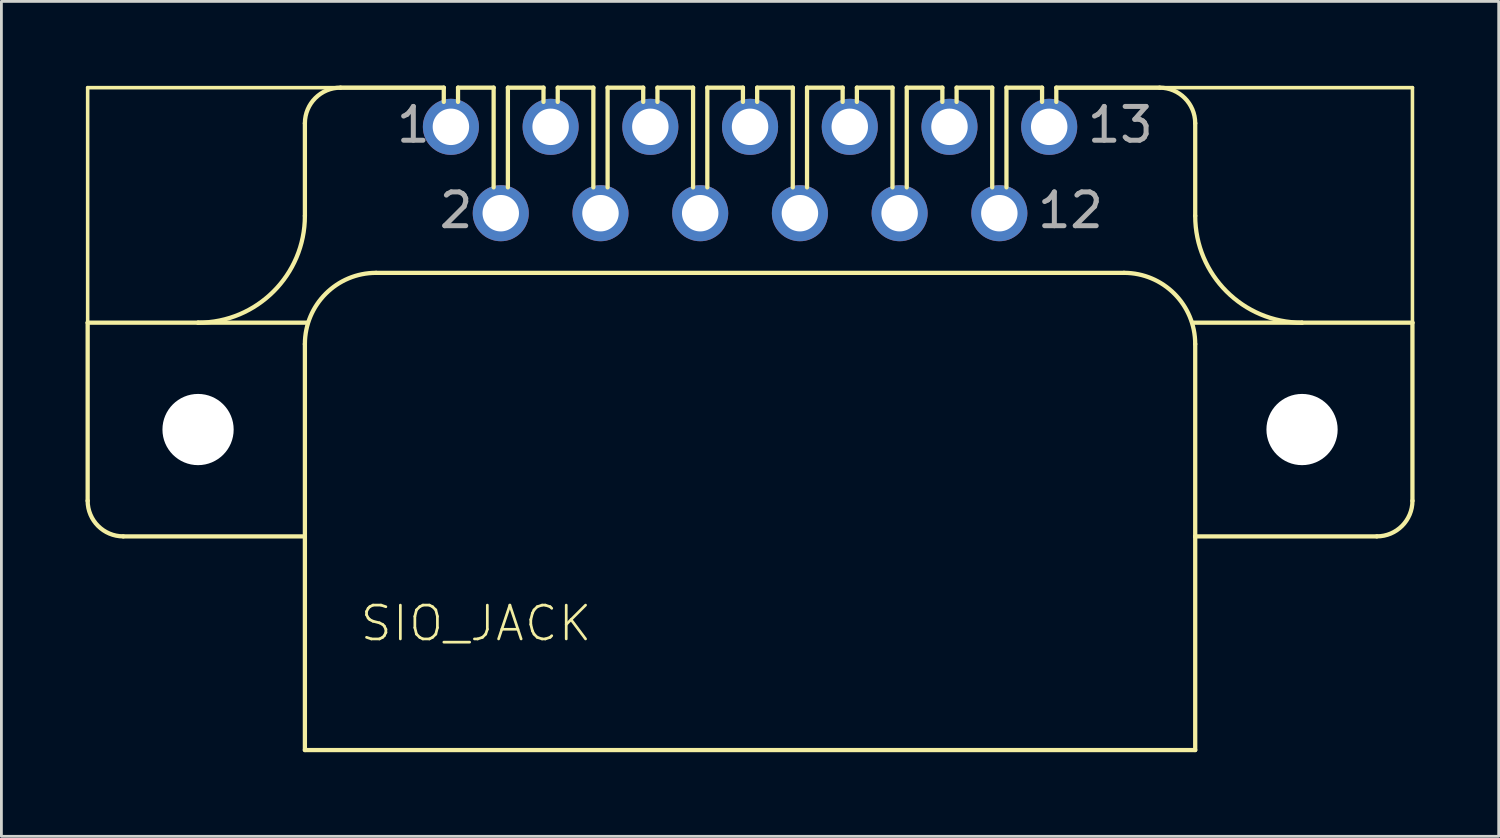
<source format=kicad_pcb>
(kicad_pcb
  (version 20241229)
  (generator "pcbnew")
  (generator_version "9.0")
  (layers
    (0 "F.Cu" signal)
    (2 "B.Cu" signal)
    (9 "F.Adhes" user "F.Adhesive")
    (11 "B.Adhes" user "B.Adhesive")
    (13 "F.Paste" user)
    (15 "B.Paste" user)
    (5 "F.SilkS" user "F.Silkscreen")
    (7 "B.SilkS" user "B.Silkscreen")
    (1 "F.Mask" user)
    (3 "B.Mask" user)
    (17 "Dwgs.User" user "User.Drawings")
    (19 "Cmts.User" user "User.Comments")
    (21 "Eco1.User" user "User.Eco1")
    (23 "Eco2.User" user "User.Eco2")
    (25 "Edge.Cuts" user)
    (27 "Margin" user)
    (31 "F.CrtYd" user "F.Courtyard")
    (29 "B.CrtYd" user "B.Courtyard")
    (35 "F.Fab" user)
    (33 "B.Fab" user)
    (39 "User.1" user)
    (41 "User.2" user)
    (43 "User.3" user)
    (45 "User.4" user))
  (footprint "SIO_JACK"
    (layer "F.Cu")
    (at 24.968 12.268)
    (property "Reference" "SIO_JACK" (at -15.24 7.62 180) (layer "F.SilkS") (effects (font (size 1.206 1.206) (thickness 0.097)) (justify left bottom)))
    (attr through_hole)
    (fp_line (start -24.892 -12.192) (end -12.192 -12.192) (stroke (width 0.127) (type solid)) (layer "F.SilkS"))
    (fp_line (start -24.892 -3.81) (end -24.892 -12.192) (stroke (width 0.127) (type solid)) (layer "F.SilkS"))
    (fp_line (start -24.892 -3.81) (end -20.955 -3.81) (stroke (width 0.152) (type solid)) (layer "F.SilkS"))
    (fp_line (start -24.892 2.54) (end -24.892 -3.81) (stroke (width 0.152) (type solid)) (layer "F.SilkS"))
    (fp_line (start -20.955 -3.81) (end -17.043 -3.81) (stroke (width 0.152) (type solid)) (layer "F.SilkS"))
    (fp_line (start -17.145 -10.922) (end -17.145 -7.62) (stroke (width 0.152) (type solid)) (layer "F.SilkS"))
    (fp_line (start -17.145 3.81) (end -23.622 3.81) (stroke (width 0.152) (type solid)) (layer "F.SilkS"))
    (fp_line (start -17.145 3.81) (end -17.145 -3.048) (stroke (width 0.152) (type solid)) (layer "F.SilkS"))
    (fp_line (start -17.145 11.43) (end -17.145 3.81) (stroke (width 0.152) (type solid)) (layer "F.SilkS"))
    (fp_line (start -15.875 -12.192) (end -12.192 -12.192) (stroke (width 0.152) (type solid)) (layer "F.SilkS"))
    (fp_line (start -12.192 -12.192) (end -12.192 -11.684) (stroke (width 0.152) (type solid)) (layer "F.SilkS"))
    (fp_line (start -11.684 -12.192) (end -11.684 -11.684) (stroke (width 0.152) (type solid)) (layer "F.SilkS"))
    (fp_line (start -11.684 -12.192) (end -10.414 -12.192) (stroke (width 0.152) (type solid)) (layer "F.SilkS"))
    (fp_line (start -10.414 -8.636) (end -10.414 -12.192) (stroke (width 0.152) (type solid)) (layer "F.SilkS"))
    (fp_line (start -9.906 -12.192) (end -8.636 -12.192) (stroke (width 0.152) (type solid)) (layer "F.SilkS"))
    (fp_line (start -9.906 -8.636) (end -9.906 -12.192) (stroke (width 0.152) (type solid)) (layer "F.SilkS"))
    (fp_line (start -8.636 -11.684) (end -8.636 -12.192) (stroke (width 0.152) (type solid)) (layer "F.SilkS"))
    (fp_line (start -8.128 -12.192) (end -6.858 -12.192) (stroke (width 0.152) (type solid)) (layer "F.SilkS"))
    (fp_line (start -8.128 -11.684) (end -8.128 -12.192) (stroke (width 0.152) (type solid)) (layer "F.SilkS"))
    (fp_line (start -6.858 -8.636) (end -6.858 -12.192) (stroke (width 0.152) (type solid)) (layer "F.SilkS"))
    (fp_line (start -6.35 -12.192) (end -5.08 -12.192) (stroke (width 0.152) (type solid)) (layer "F.SilkS"))
    (fp_line (start -6.35 -8.636) (end -6.35 -12.192) (stroke (width 0.152) (type solid)) (layer "F.SilkS"))
    (fp_line (start -5.08 -11.684) (end -5.08 -12.192) (stroke (width 0.152) (type solid)) (layer "F.SilkS"))
    (fp_line (start -4.572 -12.192) (end -3.302 -12.192) (stroke (width 0.152) (type solid)) (layer "F.SilkS"))
    (fp_line (start -4.572 -11.684) (end -4.572 -12.192) (stroke (width 0.152) (type solid)) (layer "F.SilkS"))
    (fp_line (start -3.302 -8.636) (end -3.302 -12.192) (stroke (width 0.152) (type solid)) (layer "F.SilkS"))
    (fp_line (start -2.794 -12.192) (end -1.524 -12.192) (stroke (width 0.152) (type solid)) (layer "F.SilkS"))
    (fp_line (start -2.794 -8.636) (end -2.794 -12.192) (stroke (width 0.152) (type solid)) (layer "F.SilkS"))
    (fp_line (start -1.524 -11.684) (end -1.524 -12.192) (stroke (width 0.152) (type solid)) (layer "F.SilkS"))
    (fp_line (start -1.016 -12.192) (end 0.254 -12.192) (stroke (width 0.152) (type solid)) (layer "F.SilkS"))
    (fp_line (start -1.016 -11.684) (end -1.016 -12.192) (stroke (width 0.152) (type solid)) (layer "F.SilkS"))
    (fp_line (start 0.254 -8.636) (end 0.254 -12.192) (stroke (width 0.152) (type solid)) (layer "F.SilkS"))
    (fp_line (start 0.762 -12.192) (end 2.032 -12.192) (stroke (width 0.152) (type solid)) (layer "F.SilkS"))
    (fp_line (start 0.762 -8.636) (end 0.762 -12.192) (stroke (width 0.152) (type solid)) (layer "F.SilkS"))
    (fp_line (start 2.032 -11.684) (end 2.032 -12.192) (stroke (width 0.152) (type solid)) (layer "F.SilkS"))
    (fp_line (start 2.54 -12.192) (end 3.81 -12.192) (stroke (width 0.152) (type solid)) (layer "F.SilkS"))
    (fp_line (start 2.54 -11.684) (end 2.54 -12.192) (stroke (width 0.152) (type solid)) (layer "F.SilkS"))
    (fp_line (start 3.81 -8.636) (end 3.81 -12.192) (stroke (width 0.152) (type solid)) (layer "F.SilkS"))
    (fp_line (start 4.318 -12.192) (end 5.588 -12.192) (stroke (width 0.152) (type solid)) (layer "F.SilkS"))
    (fp_line (start 4.318 -8.636) (end 4.318 -12.192) (stroke (width 0.152) (type solid)) (layer "F.SilkS"))
    (fp_line (start 5.588 -11.684) (end 5.588 -12.192) (stroke (width 0.152) (type solid)) (layer "F.SilkS"))
    (fp_line (start 6.096 -12.192) (end 7.366 -12.192) (stroke (width 0.152) (type solid)) (layer "F.SilkS"))
    (fp_line (start 6.096 -11.684) (end 6.096 -12.192) (stroke (width 0.152) (type solid)) (layer "F.SilkS"))
    (fp_line (start 7.366 -8.636) (end 7.366 -12.192) (stroke (width 0.152) (type solid)) (layer "F.SilkS"))
    (fp_line (start 7.874 -12.192) (end 9.144 -12.192) (stroke (width 0.152) (type solid)) (layer "F.SilkS"))
    (fp_line (start 7.874 -8.636) (end 7.874 -12.192) (stroke (width 0.152) (type solid)) (layer "F.SilkS"))
    (fp_line (start 9.144 -11.684) (end 9.144 -12.192) (stroke (width 0.152) (type solid)) (layer "F.SilkS"))
    (fp_line (start 9.652 -12.192) (end 13.335 -12.192) (stroke (width 0.152) (type solid)) (layer "F.SilkS"))
    (fp_line (start 9.652 -11.684) (end 9.652 -12.192) (stroke (width 0.152) (type solid)) (layer "F.SilkS"))
    (fp_line (start 12.065 -5.588) (end -14.605 -5.588) (stroke (width 0.152) (type solid)) (layer "F.SilkS"))
    (fp_line (start 14.503 -3.81) (end 18.415 -3.81) (stroke (width 0.152) (type solid)) (layer "F.SilkS"))
    (fp_line (start 14.605 -10.922) (end 14.605 -7.62) (stroke (width 0.152) (type solid)) (layer "F.SilkS"))
    (fp_line (start 14.605 3.81) (end 14.605 -3.048) (stroke (width 0.152) (type solid)) (layer "F.SilkS"))
    (fp_line (start 14.605 3.81) (end 14.605 11.43) (stroke (width 0.152) (type solid)) (layer "F.SilkS"))
    (fp_line (start 14.605 3.81) (end 21.082 3.81) (stroke (width 0.152) (type solid)) (layer "F.SilkS"))
    (fp_line (start 14.605 11.43) (end -17.145 11.43) (stroke (width 0.152) (type solid)) (layer "F.SilkS"))
    (fp_line (start 18.415 -3.81) (end 22.352 -3.81) (stroke (width 0.152) (type solid)) (layer "F.SilkS"))
    (fp_line (start 22.352 -12.192) (end 9.652 -12.192) (stroke (width 0.127) (type solid)) (layer "F.SilkS"))
    (fp_line (start 22.352 -3.81) (end 22.352 -12.192) (stroke (width 0.127) (type solid)) (layer "F.SilkS"))
    (fp_line (start 22.352 2.54) (end 22.352 -3.81) (stroke (width 0.152) (type solid)) (layer "F.SilkS"))
    (fp_arc (start -23.622 3.81) (mid -24.520026 3.438026) (end -24.892 2.54) (stroke (width 0.1524) (type solid)) (layer "F.SilkS"))
    (fp_arc (start -17.145 -10.922) (mid -16.773026 -11.820026) (end -15.875 -12.192) (stroke (width 0.1524) (type solid)) (layer "F.SilkS"))
    (fp_arc (start -17.145 -7.62) (mid -18.260923 -4.925923) (end -20.955 -3.81) (stroke (width 0.1524) (type solid)) (layer "F.SilkS"))
    (fp_arc (start -17.145 -3.048) (mid -16.401051 -4.844051) (end -14.605 -5.588) (stroke (width 0.1524) (type solid)) (layer "F.SilkS"))
    (fp_arc (start 12.065 -5.588) (mid 13.861051 -4.844051) (end 14.605 -3.048) (stroke (width 0.1524) (type solid)) (layer "F.SilkS"))
    (fp_arc (start 13.335 -12.192) (mid 14.233026 -11.820026) (end 14.605 -10.922) (stroke (width 0.1524) (type solid)) (layer "F.SilkS"))
    (fp_arc (start 18.415 -3.81) (mid 15.720923 -4.925923) (end 14.605 -7.62) (stroke (width 0.1524) (type solid)) (layer "F.SilkS"))
    (fp_arc (start 22.352 2.54) (mid 21.980026 3.438026) (end 21.082 3.81) (stroke (width 0.1524) (type solid)) (layer "F.SilkS"))
    (fp_text user "13" (at 10.668 -10.16 0) (layer "F.Fab") (effects (font (size 1.206 1.206) (thickness 0.178)) (justify left bottom)))
    (fp_text user "2" (at -12.446 -7.112 0) (layer "F.Fab") (effects (font (size 1.206 1.206) (thickness 0.178)) (justify left bottom)))
    (fp_text user "12" (at 8.89 -7.112 0) (layer "F.Fab") (effects (font (size 1.206 1.206) (thickness 0.178)) (justify left bottom)))
    (fp_text user "1" (at -13.97 -10.16 0) (layer "F.Fab") (effects (font (size 1.206 1.206) (thickness 0.178)) (justify left bottom)))
    (pad "" np_thru_hole circle (at -20.955 0) (size 2.54 2.54) (drill 2.54) (layers "*.Cu" "*.Mask"))
    (pad "" np_thru_hole circle (at 18.415 0) (size 2.54 2.54) (drill 2.54) (layers "*.Cu" "*.Mask"))
    (pad "1" thru_hole circle (at -11.938 -10.795) (size 2 2) (drill 1.3) (layers "*.Cu" "*.Mask"))
    (pad "2" thru_hole circle (at -10.16 -7.715) (size 2 2) (drill 1.3) (layers "*.Cu" "*.Mask"))
    (pad "3" thru_hole circle (at -8.382 -10.795) (size 2 2) (drill 1.3) (layers "*.Cu" "*.Mask"))
    (pad "4" thru_hole circle (at -6.604 -7.715) (size 2 2) (drill 1.3) (layers "*.Cu" "*.Mask"))
    (pad "5" thru_hole circle (at -4.826 -10.795) (size 2 2) (drill 1.3) (layers "*.Cu" "*.Mask"))
    (pad "6" thru_hole circle (at -3.048 -7.715) (size 2 2) (drill 1.3) (layers "*.Cu" "*.Mask"))
    (pad "7" thru_hole circle (at -1.27 -10.795) (size 2 2) (drill 1.3) (layers "*.Cu" "*.Mask"))
    (pad "8" thru_hole circle (at 0.508 -7.715) (size 2 2) (drill 1.3) (layers "*.Cu" "*.Mask"))
    (pad "9" thru_hole circle (at 2.286 -10.795) (size 2 2) (drill 1.3) (layers "*.Cu" "*.Mask"))
    (pad "10" thru_hole circle (at 4.064 -7.715) (size 2 2) (drill 1.3) (layers "*.Cu" "*.Mask"))
    (pad "11" thru_hole circle (at 5.842 -10.795) (size 2 2) (drill 1.3) (layers "*.Cu" "*.Mask"))
    (pad "12" thru_hole circle (at 7.62 -7.715) (size 2 2) (drill 1.3) (layers "*.Cu" "*.Mask"))
    (pad "13" thru_hole circle (at 9.398 -10.795) (size 2 2) (drill 1.3) (layers "*.Cu" "*.Mask")))
  (gr_rect
    (start -3 -3)
    (end 50.396 26.774)
    (stroke (width 0.1) (type default))
    (fill no)
    (layer "Edge.Cuts")))
</source>
